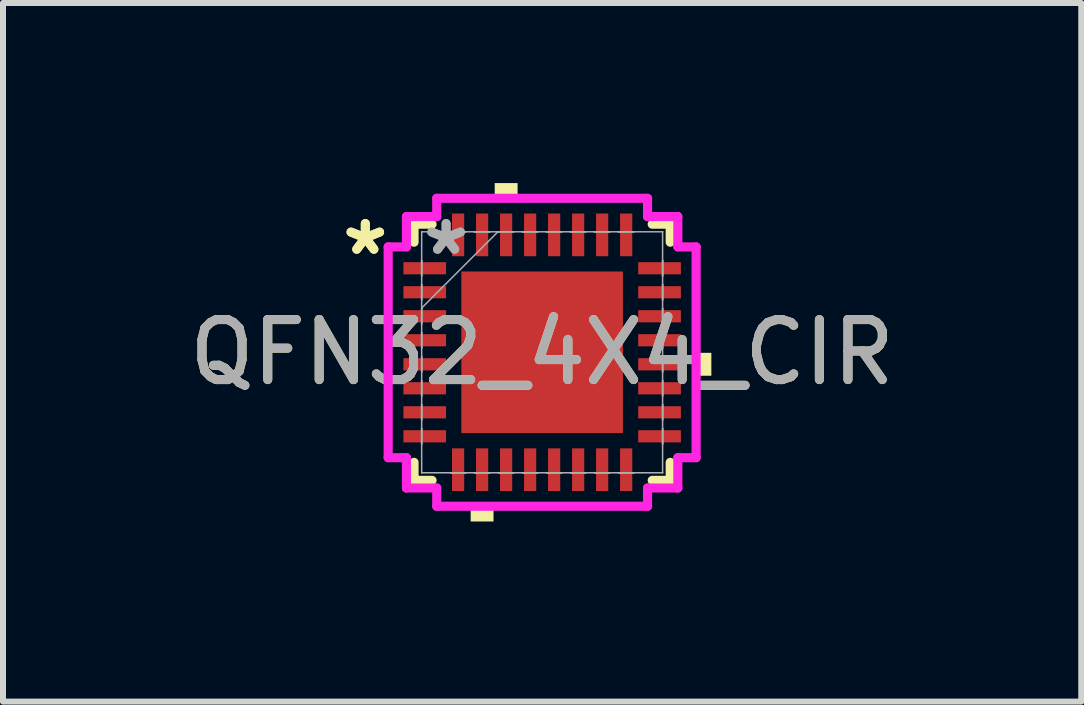
<source format=kicad_pcb>
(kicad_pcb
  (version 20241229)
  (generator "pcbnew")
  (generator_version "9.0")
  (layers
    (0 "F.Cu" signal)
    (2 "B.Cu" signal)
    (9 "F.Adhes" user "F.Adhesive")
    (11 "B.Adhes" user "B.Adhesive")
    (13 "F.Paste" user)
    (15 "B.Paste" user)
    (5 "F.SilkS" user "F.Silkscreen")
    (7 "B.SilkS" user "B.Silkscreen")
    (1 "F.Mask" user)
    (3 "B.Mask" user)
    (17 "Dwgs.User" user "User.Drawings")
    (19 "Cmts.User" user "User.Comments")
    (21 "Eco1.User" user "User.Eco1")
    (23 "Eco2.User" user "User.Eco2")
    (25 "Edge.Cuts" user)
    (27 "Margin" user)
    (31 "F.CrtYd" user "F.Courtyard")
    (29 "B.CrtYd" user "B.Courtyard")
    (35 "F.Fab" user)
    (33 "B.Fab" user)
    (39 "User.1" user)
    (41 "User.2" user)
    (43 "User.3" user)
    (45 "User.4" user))
  (footprint "QFN32_4X4_CIR"
    (layer "F.Cu")
    (at 5.982 2.819)
    (property "Reference" "QFN32_4X4_CIR" (at 0 0 0) (unlocked yes) (layer "F.SilkS") (effects (font (size 1 1) (thickness 0.15))))
    (attr smd)
    (fp_line (start -2.134 -2.134) (end -2.134 -1.834) (stroke (width 0.152) (type solid)) (layer "F.SilkS"))
    (fp_line (start -2.134 1.834) (end -2.134 2.134) (stroke (width 0.152) (type solid)) (layer "F.SilkS"))
    (fp_line (start -2.134 2.134) (end -1.834 2.134) (stroke (width 0.152) (type solid)) (layer "F.SilkS"))
    (fp_line (start -1.834 -2.134) (end -2.134 -2.134) (stroke (width 0.152) (type solid)) (layer "F.SilkS"))
    (fp_line (start 1.834 2.134) (end 2.134 2.134) (stroke (width 0.152) (type solid)) (layer "F.SilkS"))
    (fp_line (start 2.134 -2.134) (end 1.834 -2.134) (stroke (width 0.152) (type solid)) (layer "F.SilkS"))
    (fp_line (start 2.134 -1.834) (end 2.134 -2.134) (stroke (width 0.152) (type solid)) (layer "F.SilkS"))
    (fp_line (start 2.134 2.134) (end 2.134 1.834) (stroke (width 0.152) (type solid)) (layer "F.SilkS"))
    (fp_poly (pts (xy -1.191 2.565) (xy -1.191 2.819) (xy -0.81 2.819) (xy -0.81 2.565)) (stroke (width 0) (type solid)) (fill yes) (layer "F.SilkS"))
    (fp_poly (pts (xy -0.79 -2.565) (xy -0.79 -2.819) (xy -0.409 -2.819) (xy -0.409 -2.565)) (stroke (width 0) (type solid)) (fill yes) (layer "F.SilkS"))
    (fp_poly (pts (xy 2.819 0.009) (xy 2.819 0.391) (xy 2.565 0.391) (xy 2.565 0.009)) (stroke (width 0) (type solid)) (fill yes) (layer "F.SilkS"))
    (fp_poly (pts (xy -1.246 -1.246) (xy -1.246 -0.1) (xy -0.1 -0.1) (xy -0.1 -1.246)) (stroke (width 0) (type solid)) (fill yes) (layer "F.Paste"))
    (fp_poly (pts (xy -1.246 0.1) (xy -1.246 1.246) (xy -0.1 1.246) (xy -0.1 0.1)) (stroke (width 0) (type solid)) (fill yes) (layer "F.Paste"))
    (fp_poly (pts (xy 0.1 -1.246) (xy 0.1 -0.1) (xy 1.246 -0.1) (xy 1.246 -1.246)) (stroke (width 0) (type solid)) (fill yes) (layer "F.Paste"))
    (fp_poly (pts (xy 0.1 0.1) (xy 0.1 1.246) (xy 1.246 1.246) (xy 1.246 0.1)) (stroke (width 0) (type solid)) (fill yes) (layer "F.Paste"))
    (fp_line (start -2.565 -1.756) (end -2.261 -1.756) (stroke (width 0.152) (type solid)) (layer "F.CrtYd"))
    (fp_line (start -2.565 1.756) (end -2.565 -1.756) (stroke (width 0.152) (type solid)) (layer "F.CrtYd"))
    (fp_line (start -2.261 -2.261) (end -1.756 -2.261) (stroke (width 0.152) (type solid)) (layer "F.CrtYd"))
    (fp_line (start -2.261 -1.756) (end -2.261 -2.261) (stroke (width 0.152) (type solid)) (layer "F.CrtYd"))
    (fp_line (start -2.261 1.756) (end -2.565 1.756) (stroke (width 0.152) (type solid)) (layer "F.CrtYd"))
    (fp_line (start -2.261 2.261) (end -2.261 1.756) (stroke (width 0.152) (type solid)) (layer "F.CrtYd"))
    (fp_line (start -1.756 -2.565) (end 1.756 -2.565) (stroke (width 0.152) (type solid)) (layer "F.CrtYd"))
    (fp_line (start -1.756 -2.261) (end -1.756 -2.565) (stroke (width 0.152) (type solid)) (layer "F.CrtYd"))
    (fp_line (start -1.756 2.261) (end -2.261 2.261) (stroke (width 0.152) (type solid)) (layer "F.CrtYd"))
    (fp_line (start -1.756 2.565) (end -1.756 2.261) (stroke (width 0.152) (type solid)) (layer "F.CrtYd"))
    (fp_line (start 1.756 -2.565) (end 1.756 -2.261) (stroke (width 0.152) (type solid)) (layer "F.CrtYd"))
    (fp_line (start 1.756 -2.261) (end 2.261 -2.261) (stroke (width 0.152) (type solid)) (layer "F.CrtYd"))
    (fp_line (start 1.756 2.261) (end 1.756 2.565) (stroke (width 0.152) (type solid)) (layer "F.CrtYd"))
    (fp_line (start 1.756 2.565) (end -1.756 2.565) (stroke (width 0.152) (type solid)) (layer "F.CrtYd"))
    (fp_line (start 2.261 -2.261) (end 2.261 -1.756) (stroke (width 0.152) (type solid)) (layer "F.CrtYd"))
    (fp_line (start 2.261 -1.756) (end 2.565 -1.756) (stroke (width 0.152) (type solid)) (layer "F.CrtYd"))
    (fp_line (start 2.261 1.756) (end 2.261 2.261) (stroke (width 0.152) (type solid)) (layer "F.CrtYd"))
    (fp_line (start 2.261 2.261) (end 1.756 2.261) (stroke (width 0.152) (type solid)) (layer "F.CrtYd"))
    (fp_line (start 2.565 -1.756) (end 2.565 1.756) (stroke (width 0.152) (type solid)) (layer "F.CrtYd"))
    (fp_line (start 2.565 1.756) (end 2.261 1.756) (stroke (width 0.152) (type solid)) (layer "F.CrtYd"))
    (fp_line (start -2.007 -2.007) (end -2.007 -2.007) (stroke (width 0.025) (type solid)) (layer "F.Fab"))
    (fp_line (start -2.007 -2.007) (end -2.007 2.007) (stroke (width 0.025) (type solid)) (layer "F.Fab"))
    (fp_line (start -2.007 -1.527) (end -2.007 -1.527) (stroke (width 0.025) (type solid)) (layer "F.Fab"))
    (fp_line (start -2.007 -1.527) (end -2.007 -1.273) (stroke (width 0.025) (type solid)) (layer "F.Fab"))
    (fp_line (start -2.007 -1.273) (end -2.007 -1.527) (stroke (width 0.025) (type solid)) (layer "F.Fab"))
    (fp_line (start -2.007 -1.273) (end -2.007 -1.273) (stroke (width 0.025) (type solid)) (layer "F.Fab"))
    (fp_line (start -2.007 -1.127) (end -2.007 -1.127) (stroke (width 0.025) (type solid)) (layer "F.Fab"))
    (fp_line (start -2.007 -1.127) (end -2.007 -0.873) (stroke (width 0.025) (type solid)) (layer "F.Fab"))
    (fp_line (start -2.007 -0.873) (end -2.007 -1.127) (stroke (width 0.025) (type solid)) (layer "F.Fab"))
    (fp_line (start -2.007 -0.873) (end -2.007 -0.873) (stroke (width 0.025) (type solid)) (layer "F.Fab"))
    (fp_line (start -2.007 -0.737) (end -0.737 -2.007) (stroke (width 0.025) (type solid)) (layer "F.Fab"))
    (fp_line (start -2.007 -0.727) (end -2.007 -0.727) (stroke (width 0.025) (type solid)) (layer "F.Fab"))
    (fp_line (start -2.007 -0.727) (end -2.007 -0.473) (stroke (width 0.025) (type solid)) (layer "F.Fab"))
    (fp_line (start -2.007 -0.473) (end -2.007 -0.727) (stroke (width 0.025) (type solid)) (layer "F.Fab"))
    (fp_line (start -2.007 -0.473) (end -2.007 -0.473) (stroke (width 0.025) (type solid)) (layer "F.Fab"))
    (fp_line (start -2.007 -0.327) (end -2.007 -0.327) (stroke (width 0.025) (type solid)) (layer "F.Fab"))
    (fp_line (start -2.007 -0.327) (end -2.007 -0.073) (stroke (width 0.025) (type solid)) (layer "F.Fab"))
    (fp_line (start -2.007 -0.073) (end -2.007 -0.327) (stroke (width 0.025) (type solid)) (layer "F.Fab"))
    (fp_line (start -2.007 -0.073) (end -2.007 -0.073) (stroke (width 0.025) (type solid)) (layer "F.Fab"))
    (fp_line (start -2.007 0.073) (end -2.007 0.073) (stroke (width 0.025) (type solid)) (layer "F.Fab"))
    (fp_line (start -2.007 0.073) (end -2.007 0.327) (stroke (width 0.025) (type solid)) (layer "F.Fab"))
    (fp_line (start -2.007 0.327) (end -2.007 0.073) (stroke (width 0.025) (type solid)) (layer "F.Fab"))
    (fp_line (start -2.007 0.327) (end -2.007 0.327) (stroke (width 0.025) (type solid)) (layer "F.Fab"))
    (fp_line (start -2.007 0.473) (end -2.007 0.473) (stroke (width 0.025) (type solid)) (layer "F.Fab"))
    (fp_line (start -2.007 0.473) (end -2.007 0.727) (stroke (width 0.025) (type solid)) (layer "F.Fab"))
    (fp_line (start -2.007 0.727) (end -2.007 0.473) (stroke (width 0.025) (type solid)) (layer "F.Fab"))
    (fp_line (start -2.007 0.727) (end -2.007 0.727) (stroke (width 0.025) (type solid)) (layer "F.Fab"))
    (fp_line (start -2.007 0.873) (end -2.007 0.873) (stroke (width 0.025) (type solid)) (layer "F.Fab"))
    (fp_line (start -2.007 0.873) (end -2.007 1.127) (stroke (width 0.025) (type solid)) (layer "F.Fab"))
    (fp_line (start -2.007 1.127) (end -2.007 0.873) (stroke (width 0.025) (type solid)) (layer "F.Fab"))
    (fp_line (start -2.007 1.127) (end -2.007 1.127) (stroke (width 0.025) (type solid)) (layer "F.Fab"))
    (fp_line (start -2.007 1.273) (end -2.007 1.273) (stroke (width 0.025) (type solid)) (layer "F.Fab"))
    (fp_line (start -2.007 1.273) (end -2.007 1.527) (stroke (width 0.025) (type solid)) (layer "F.Fab"))
    (fp_line (start -2.007 1.527) (end -2.007 1.273) (stroke (width 0.025) (type solid)) (layer "F.Fab"))
    (fp_line (start -2.007 1.527) (end -2.007 1.527) (stroke (width 0.025) (type solid)) (layer "F.Fab"))
    (fp_line (start -2.007 2.007) (end -2.007 2.007) (stroke (width 0.025) (type solid)) (layer "F.Fab"))
    (fp_line (start -2.007 2.007) (end 2.007 2.007) (stroke (width 0.025) (type solid)) (layer "F.Fab"))
    (fp_line (start -1.527 -2.007) (end -1.527 -2.007) (stroke (width 0.025) (type solid)) (layer "F.Fab"))
    (fp_line (start -1.527 -2.007) (end -1.273 -2.007) (stroke (width 0.025) (type solid)) (layer "F.Fab"))
    (fp_line (start -1.527 2.007) (end -1.527 2.007) (stroke (width 0.025) (type solid)) (layer "F.Fab"))
    (fp_line (start -1.527 2.007) (end -1.273 2.007) (stroke (width 0.025) (type solid)) (layer "F.Fab"))
    (fp_line (start -1.273 -2.007) (end -1.527 -2.007) (stroke (width 0.025) (type solid)) (layer "F.Fab"))
    (fp_line (start -1.273 -2.007) (end -1.273 -2.007) (stroke (width 0.025) (type solid)) (layer "F.Fab"))
    (fp_line (start -1.273 2.007) (end -1.527 2.007) (stroke (width 0.025) (type solid)) (layer "F.Fab"))
    (fp_line (start -1.273 2.007) (end -1.273 2.007) (stroke (width 0.025) (type solid)) (layer "F.Fab"))
    (fp_line (start -1.127 -2.007) (end -1.127 -2.007) (stroke (width 0.025) (type solid)) (layer "F.Fab"))
    (fp_line (start -1.127 -2.007) (end -0.873 -2.007) (stroke (width 0.025) (type solid)) (layer "F.Fab"))
    (fp_line (start -1.127 2.007) (end -1.127 2.007) (stroke (width 0.025) (type solid)) (layer "F.Fab"))
    (fp_line (start -1.127 2.007) (end -0.873 2.007) (stroke (width 0.025) (type solid)) (layer "F.Fab"))
    (fp_line (start -0.873 -2.007) (end -1.127 -2.007) (stroke (width 0.025) (type solid)) (layer "F.Fab"))
    (fp_line (start -0.873 -2.007) (end -0.873 -2.007) (stroke (width 0.025) (type solid)) (layer "F.Fab"))
    (fp_line (start -0.873 2.007) (end -1.127 2.007) (stroke (width 0.025) (type solid)) (layer "F.Fab"))
    (fp_line (start -0.873 2.007) (end -0.873 2.007) (stroke (width 0.025) (type solid)) (layer "F.Fab"))
    (fp_line (start -0.727 -2.007) (end -0.727 -2.007) (stroke (width 0.025) (type solid)) (layer "F.Fab"))
    (fp_line (start -0.727 -2.007) (end -0.473 -2.007) (stroke (width 0.025) (type solid)) (layer "F.Fab"))
    (fp_line (start -0.727 2.007) (end -0.727 2.007) (stroke (width 0.025) (type solid)) (layer "F.Fab"))
    (fp_line (start -0.727 2.007) (end -0.473 2.007) (stroke (width 0.025) (type solid)) (layer "F.Fab"))
    (fp_line (start -0.473 -2.007) (end -0.727 -2.007) (stroke (width 0.025) (type solid)) (layer "F.Fab"))
    (fp_line (start -0.473 -2.007) (end -0.473 -2.007) (stroke (width 0.025) (type solid)) (layer "F.Fab"))
    (fp_line (start -0.473 2.007) (end -0.727 2.007) (stroke (width 0.025) (type solid)) (layer "F.Fab"))
    (fp_line (start -0.473 2.007) (end -0.473 2.007) (stroke (width 0.025) (type solid)) (layer "F.Fab"))
    (fp_line (start -0.327 -2.007) (end -0.327 -2.007) (stroke (width 0.025) (type solid)) (layer "F.Fab"))
    (fp_line (start -0.327 -2.007) (end -0.073 -2.007) (stroke (width 0.025) (type solid)) (layer "F.Fab"))
    (fp_line (start -0.327 2.007) (end -0.327 2.007) (stroke (width 0.025) (type solid)) (layer "F.Fab"))
    (fp_line (start -0.327 2.007) (end -0.073 2.007) (stroke (width 0.025) (type solid)) (layer "F.Fab"))
    (fp_line (start -0.073 -2.007) (end -0.327 -2.007) (stroke (width 0.025) (type solid)) (layer "F.Fab"))
    (fp_line (start -0.073 -2.007) (end -0.073 -2.007) (stroke (width 0.025) (type solid)) (layer "F.Fab"))
    (fp_line (start -0.073 2.007) (end -0.327 2.007) (stroke (width 0.025) (type solid)) (layer "F.Fab"))
    (fp_line (start -0.073 2.007) (end -0.073 2.007) (stroke (width 0.025) (type solid)) (layer "F.Fab"))
    (fp_line (start 0.073 -2.007) (end 0.073 -2.007) (stroke (width 0.025) (type solid)) (layer "F.Fab"))
    (fp_line (start 0.073 -2.007) (end 0.327 -2.007) (stroke (width 0.025) (type solid)) (layer "F.Fab"))
    (fp_line (start 0.073 2.007) (end 0.073 2.007) (stroke (width 0.025) (type solid)) (layer "F.Fab"))
    (fp_line (start 0.073 2.007) (end 0.327 2.007) (stroke (width 0.025) (type solid)) (layer "F.Fab"))
    (fp_line (start 0.327 -2.007) (end 0.073 -2.007) (stroke (width 0.025) (type solid)) (layer "F.Fab"))
    (fp_line (start 0.327 -2.007) (end 0.327 -2.007) (stroke (width 0.025) (type solid)) (layer "F.Fab"))
    (fp_line (start 0.327 2.007) (end 0.073 2.007) (stroke (width 0.025) (type solid)) (layer "F.Fab"))
    (fp_line (start 0.327 2.007) (end 0.327 2.007) (stroke (width 0.025) (type solid)) (layer "F.Fab"))
    (fp_line (start 0.473 -2.007) (end 0.473 -2.007) (stroke (width 0.025) (type solid)) (layer "F.Fab"))
    (fp_line (start 0.473 -2.007) (end 0.727 -2.007) (stroke (width 0.025) (type solid)) (layer "F.Fab"))
    (fp_line (start 0.473 2.007) (end 0.473 2.007) (stroke (width 0.025) (type solid)) (layer "F.Fab"))
    (fp_line (start 0.473 2.007) (end 0.727 2.007) (stroke (width 0.025) (type solid)) (layer "F.Fab"))
    (fp_line (start 0.727 -2.007) (end 0.473 -2.007) (stroke (width 0.025) (type solid)) (layer "F.Fab"))
    (fp_line (start 0.727 -2.007) (end 0.727 -2.007) (stroke (width 0.025) (type solid)) (layer "F.Fab"))
    (fp_line (start 0.727 2.007) (end 0.473 2.007) (stroke (width 0.025) (type solid)) (layer "F.Fab"))
    (fp_line (start 0.727 2.007) (end 0.727 2.007) (stroke (width 0.025) (type solid)) (layer "F.Fab"))
    (fp_line (start 0.873 -2.007) (end 0.873 -2.007) (stroke (width 0.025) (type solid)) (layer "F.Fab"))
    (fp_line (start 0.873 -2.007) (end 1.127 -2.007) (stroke (width 0.025) (type solid)) (layer "F.Fab"))
    (fp_line (start 0.873 2.007) (end 0.873 2.007) (stroke (width 0.025) (type solid)) (layer "F.Fab"))
    (fp_line (start 0.873 2.007) (end 1.127 2.007) (stroke (width 0.025) (type solid)) (layer "F.Fab"))
    (fp_line (start 1.127 -2.007) (end 0.873 -2.007) (stroke (width 0.025) (type solid)) (layer "F.Fab"))
    (fp_line (start 1.127 -2.007) (end 1.127 -2.007) (stroke (width 0.025) (type solid)) (layer "F.Fab"))
    (fp_line (start 1.127 2.007) (end 0.873 2.007) (stroke (width 0.025) (type solid)) (layer "F.Fab"))
    (fp_line (start 1.127 2.007) (end 1.127 2.007) (stroke (width 0.025) (type solid)) (layer "F.Fab"))
    (fp_line (start 1.273 -2.007) (end 1.273 -2.007) (stroke (width 0.025) (type solid)) (layer "F.Fab"))
    (fp_line (start 1.273 -2.007) (end 1.527 -2.007) (stroke (width 0.025) (type solid)) (layer "F.Fab"))
    (fp_line (start 1.273 2.007) (end 1.273 2.007) (stroke (width 0.025) (type solid)) (layer "F.Fab"))
    (fp_line (start 1.273 2.007) (end 1.527 2.007) (stroke (width 0.025) (type solid)) (layer "F.Fab"))
    (fp_line (start 1.527 -2.007) (end 1.273 -2.007) (stroke (width 0.025) (type solid)) (layer "F.Fab"))
    (fp_line (start 1.527 -2.007) (end 1.527 -2.007) (stroke (width 0.025) (type solid)) (layer "F.Fab"))
    (fp_line (start 1.527 2.007) (end 1.273 2.007) (stroke (width 0.025) (type solid)) (layer "F.Fab"))
    (fp_line (start 1.527 2.007) (end 1.527 2.007) (stroke (width 0.025) (type solid)) (layer "F.Fab"))
    (fp_line (start 2.007 -2.007) (end -2.007 -2.007) (stroke (width 0.025) (type solid)) (layer "F.Fab"))
    (fp_line (start 2.007 -2.007) (end 2.007 -2.007) (stroke (width 0.025) (type solid)) (layer "F.Fab"))
    (fp_line (start 2.007 -1.527) (end 2.007 -1.527) (stroke (width 0.025) (type solid)) (layer "F.Fab"))
    (fp_line (start 2.007 -1.527) (end 2.007 -1.273) (stroke (width 0.025) (type solid)) (layer "F.Fab"))
    (fp_line (start 2.007 -1.273) (end 2.007 -1.527) (stroke (width 0.025) (type solid)) (layer "F.Fab"))
    (fp_line (start 2.007 -1.273) (end 2.007 -1.273) (stroke (width 0.025) (type solid)) (layer "F.Fab"))
    (fp_line (start 2.007 -1.127) (end 2.007 -1.127) (stroke (width 0.025) (type solid)) (layer "F.Fab"))
    (fp_line (start 2.007 -1.127) (end 2.007 -0.873) (stroke (width 0.025) (type solid)) (layer "F.Fab"))
    (fp_line (start 2.007 -0.873) (end 2.007 -1.127) (stroke (width 0.025) (type solid)) (layer "F.Fab"))
    (fp_line (start 2.007 -0.873) (end 2.007 -0.873) (stroke (width 0.025) (type solid)) (layer "F.Fab"))
    (fp_line (start 2.007 -0.727) (end 2.007 -0.727) (stroke (width 0.025) (type solid)) (layer "F.Fab"))
    (fp_line (start 2.007 -0.727) (end 2.007 -0.473) (stroke (width 0.025) (type solid)) (layer "F.Fab"))
    (fp_line (start 2.007 -0.473) (end 2.007 -0.727) (stroke (width 0.025) (type solid)) (layer "F.Fab"))
    (fp_line (start 2.007 -0.473) (end 2.007 -0.473) (stroke (width 0.025) (type solid)) (layer "F.Fab"))
    (fp_line (start 2.007 -0.327) (end 2.007 -0.327) (stroke (width 0.025) (type solid)) (layer "F.Fab"))
    (fp_line (start 2.007 -0.327) (end 2.007 -0.073) (stroke (width 0.025) (type solid)) (layer "F.Fab"))
    (fp_line (start 2.007 -0.073) (end 2.007 -0.327) (stroke (width 0.025) (type solid)) (layer "F.Fab"))
    (fp_line (start 2.007 -0.073) (end 2.007 -0.073) (stroke (width 0.025) (type solid)) (layer "F.Fab"))
    (fp_line (start 2.007 0.073) (end 2.007 0.073) (stroke (width 0.025) (type solid)) (layer "F.Fab"))
    (fp_line (start 2.007 0.073) (end 2.007 0.327) (stroke (width 0.025) (type solid)) (layer "F.Fab"))
    (fp_line (start 2.007 0.327) (end 2.007 0.073) (stroke (width 0.025) (type solid)) (layer "F.Fab"))
    (fp_line (start 2.007 0.327) (end 2.007 0.327) (stroke (width 0.025) (type solid)) (layer "F.Fab"))
    (fp_line (start 2.007 0.473) (end 2.007 0.473) (stroke (width 0.025) (type solid)) (layer "F.Fab"))
    (fp_line (start 2.007 0.473) (end 2.007 0.727) (stroke (width 0.025) (type solid)) (layer "F.Fab"))
    (fp_line (start 2.007 0.727) (end 2.007 0.473) (stroke (width 0.025) (type solid)) (layer "F.Fab"))
    (fp_line (start 2.007 0.727) (end 2.007 0.727) (stroke (width 0.025) (type solid)) (layer "F.Fab"))
    (fp_line (start 2.007 0.873) (end 2.007 0.873) (stroke (width 0.025) (type solid)) (layer "F.Fab"))
    (fp_line (start 2.007 0.873) (end 2.007 1.127) (stroke (width 0.025) (type solid)) (layer "F.Fab"))
    (fp_line (start 2.007 1.127) (end 2.007 0.873) (stroke (width 0.025) (type solid)) (layer "F.Fab"))
    (fp_line (start 2.007 1.127) (end 2.007 1.127) (stroke (width 0.025) (type solid)) (layer "F.Fab"))
    (fp_line (start 2.007 1.273) (end 2.007 1.273) (stroke (width 0.025) (type solid)) (layer "F.Fab"))
    (fp_line (start 2.007 1.273) (end 2.007 1.527) (stroke (width 0.025) (type solid)) (layer "F.Fab"))
    (fp_line (start 2.007 1.527) (end 2.007 1.273) (stroke (width 0.025) (type solid)) (layer "F.Fab"))
    (fp_line (start 2.007 1.527) (end 2.007 1.527) (stroke (width 0.025) (type solid)) (layer "F.Fab"))
    (fp_line (start 2.007 2.007) (end 2.007 -2.007) (stroke (width 0.025) (type solid)) (layer "F.Fab"))
    (fp_line (start 2.007 2.007) (end 2.007 2.007) (stroke (width 0.025) (type solid)) (layer "F.Fab"))
    (fp_text user "*" (at -2.946 -1.6 0) (unlocked yes) (layer "F.SilkS") (effects (font (size 1 1) (thickness 0.15))))
    (fp_text user "*" (at -2.946 -1.6 0) (layer "F.SilkS") (effects (font (size 1 1) (thickness 0.15))))
    (fp_text user "${REFERENCE}" (at 0 0 0) (unlocked yes) (layer "F.Fab") (effects (font (size 1 1) (thickness 0.15))))
    (fp_text user "*" (at -1.6 -1.6 0) (layer "F.Fab") (effects (font (size 1 1) (thickness 0.15))))
    (fp_text user "*" (at -1.6 -1.6 0) (unlocked yes) (layer "F.Fab") (effects (font (size 1 1) (thickness 0.15))))
    (pad "1" smd rect (at -1.956 -1.4 90) (size 0.203 0.711) (layers "F.Cu" "F.Mask" "F.Paste"))
    (pad "2" smd rect (at -1.956 -1 90) (size 0.203 0.711) (layers "F.Cu" "F.Mask" "F.Paste"))
    (pad "3" smd rect (at -1.956 -0.6 90) (size 0.203 0.711) (layers "F.Cu" "F.Mask" "F.Paste"))
    (pad "4" smd rect (at -1.956 -0.2 90) (size 0.203 0.711) (layers "F.Cu" "F.Mask" "F.Paste"))
    (pad "5" smd rect (at -1.956 0.2 90) (size 0.203 0.711) (layers "F.Cu" "F.Mask" "F.Paste"))
    (pad "6" smd rect (at -1.956 0.6 90) (size 0.203 0.711) (layers "F.Cu" "F.Mask" "F.Paste"))
    (pad "7" smd rect (at -1.956 1 90) (size 0.203 0.711) (layers "F.Cu" "F.Mask" "F.Paste"))
    (pad "8" smd rect (at -1.956 1.4 90) (size 0.203 0.711) (layers "F.Cu" "F.Mask" "F.Paste"))
    (pad "9" smd rect (at -1.4 1.956) (size 0.203 0.711) (layers "F.Cu" "F.Mask" "F.Paste"))
    (pad "10" smd rect (at -1 1.956) (size 0.203 0.711) (layers "F.Cu" "F.Mask" "F.Paste"))
    (pad "11" smd rect (at -0.6 1.956) (size 0.203 0.711) (layers "F.Cu" "F.Mask" "F.Paste"))
    (pad "12" smd rect (at -0.2 1.956) (size 0.203 0.711) (layers "F.Cu" "F.Mask" "F.Paste"))
    (pad "13" smd rect (at 0.2 1.956) (size 0.203 0.711) (layers "F.Cu" "F.Mask" "F.Paste"))
    (pad "14" smd rect (at 0.6 1.956) (size 0.203 0.711) (layers "F.Cu" "F.Mask" "F.Paste"))
    (pad "15" smd rect (at 1 1.956) (size 0.203 0.711) (layers "F.Cu" "F.Mask" "F.Paste"))
    (pad "16" smd rect (at 1.4 1.956) (size 0.203 0.711) (layers "F.Cu" "F.Mask" "F.Paste"))
    (pad "17" smd rect (at 1.956 1.4 90) (size 0.203 0.711) (layers "F.Cu" "F.Mask" "F.Paste"))
    (pad "18" smd rect (at 1.956 1 90) (size 0.203 0.711) (layers "F.Cu" "F.Mask" "F.Paste"))
    (pad "19" smd rect (at 1.956 0.6 90) (size 0.203 0.711) (layers "F.Cu" "F.Mask" "F.Paste"))
    (pad "20" smd rect (at 1.956 0.2 90) (size 0.203 0.711) (layers "F.Cu" "F.Mask" "F.Paste"))
    (pad "21" smd rect (at 1.956 -0.2 90) (size 0.203 0.711) (layers "F.Cu" "F.Mask" "F.Paste"))
    (pad "22" smd rect (at 1.956 -0.6 90) (size 0.203 0.711) (layers "F.Cu" "F.Mask" "F.Paste"))
    (pad "23" smd rect (at 1.956 -1 90) (size 0.203 0.711) (layers "F.Cu" "F.Mask" "F.Paste"))
    (pad "24" smd rect (at 1.956 -1.4 90) (size 0.203 0.711) (layers "F.Cu" "F.Mask" "F.Paste"))
    (pad "25" smd rect (at 1.4 -1.956) (size 0.203 0.711) (layers "F.Cu" "F.Mask" "F.Paste"))
    (pad "26" smd rect (at 1 -1.956) (size 0.203 0.711) (layers "F.Cu" "F.Mask" "F.Paste"))
    (pad "27" smd rect (at 0.6 -1.956) (size 0.203 0.711) (layers "F.Cu" "F.Mask" "F.Paste"))
    (pad "28" smd rect (at 0.2 -1.956) (size 0.203 0.711) (layers "F.Cu" "F.Mask" "F.Paste"))
    (pad "29" smd rect (at -0.2 -1.956) (size 0.203 0.711) (layers "F.Cu" "F.Mask" "F.Paste"))
    (pad "30" smd rect (at -0.6 -1.956) (size 0.203 0.711) (layers "F.Cu" "F.Mask" "F.Paste"))
    (pad "31" smd rect (at -1 -1.956) (size 0.203 0.711) (layers "F.Cu" "F.Mask" "F.Paste"))
    (pad "32" smd rect (at -1.4 -1.956) (size 0.203 0.711) (layers "F.Cu" "F.Mask" "F.Paste"))
    (pad "33" smd rect (at 0 0) (size 2.692 2.692) (layers "F.Cu" "F.Mask")))
  (gr_rect
    (start -3 -3)
    (end 14.964 8.639)
    (stroke (width 0.1) (type default))
    (fill no)
    (layer "Edge.Cuts")))
</source>
